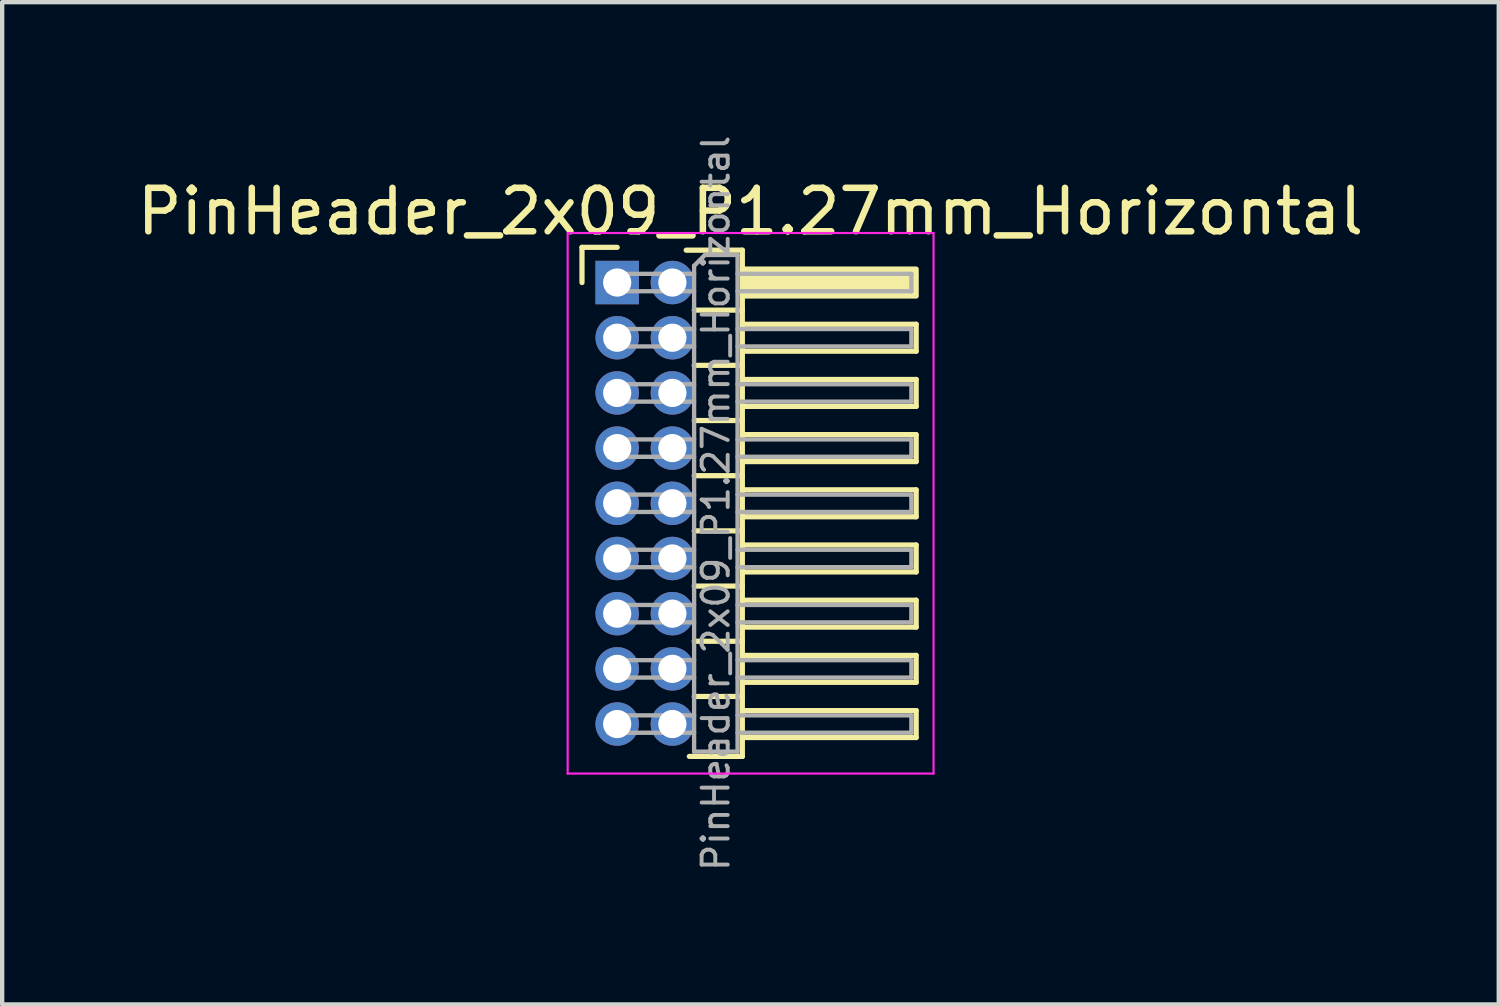
<source format=kicad_pcb>
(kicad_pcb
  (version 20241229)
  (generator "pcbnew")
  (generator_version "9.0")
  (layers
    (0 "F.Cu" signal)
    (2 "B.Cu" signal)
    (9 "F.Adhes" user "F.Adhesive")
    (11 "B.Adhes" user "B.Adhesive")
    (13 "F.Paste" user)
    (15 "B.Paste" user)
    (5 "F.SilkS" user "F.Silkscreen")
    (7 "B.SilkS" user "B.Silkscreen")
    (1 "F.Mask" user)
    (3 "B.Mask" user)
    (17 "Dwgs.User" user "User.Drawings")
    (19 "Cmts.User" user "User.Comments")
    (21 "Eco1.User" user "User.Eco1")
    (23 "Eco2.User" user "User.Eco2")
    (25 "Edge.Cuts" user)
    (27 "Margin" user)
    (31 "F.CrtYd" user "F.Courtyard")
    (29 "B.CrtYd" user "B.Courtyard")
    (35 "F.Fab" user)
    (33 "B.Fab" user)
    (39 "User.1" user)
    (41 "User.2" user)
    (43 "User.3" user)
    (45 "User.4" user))
  (footprint "PinHeader_2x09_P1.27mm_Horizontal"
    (layer "F.Cu")
    (at 11.153 3.452)
    (property "Reference" "PinHeader_2x09_P1.27mm_Horizontal" (at 3.067 -1.635 0) (layer "F.SilkS") (effects (font (size 1 1) (thickness 0.15))))
    (attr through_hole)
    (fp_line (start -0.81 -0.81) (end 0 -0.81) (stroke (width 0.12) (type solid)) (layer "F.SilkS"))
    (fp_line (start -0.81 0) (end -0.81 -0.81) (stroke (width 0.12) (type solid)) (layer "F.SilkS"))
    (fp_line (start 1.588 -0.745) (end 2.88 -0.745) (stroke (width 0.12) (type solid)) (layer "F.SilkS"))
    (fp_line (start 1.773 0.635) (end 2.88 0.635) (stroke (width 0.12) (type solid)) (layer "F.SilkS"))
    (fp_line (start 1.773 1.905) (end 2.88 1.905) (stroke (width 0.12) (type solid)) (layer "F.SilkS"))
    (fp_line (start 1.773 3.175) (end 2.88 3.175) (stroke (width 0.12) (type solid)) (layer "F.SilkS"))
    (fp_line (start 1.773 4.445) (end 2.88 4.445) (stroke (width 0.12) (type solid)) (layer "F.SilkS"))
    (fp_line (start 1.773 5.715) (end 2.88 5.715) (stroke (width 0.12) (type solid)) (layer "F.SilkS"))
    (fp_line (start 1.773 6.985) (end 2.88 6.985) (stroke (width 0.12) (type solid)) (layer "F.SilkS"))
    (fp_line (start 1.773 8.255) (end 2.88 8.255) (stroke (width 0.12) (type solid)) (layer "F.SilkS"))
    (fp_line (start 1.773 9.525) (end 2.88 9.525) (stroke (width 0.12) (type solid)) (layer "F.SilkS"))
    (fp_line (start 2.88 -0.745) (end 2.88 10.905) (stroke (width 0.12) (type solid)) (layer "F.SilkS"))
    (fp_line (start 2.88 0.96) (end 6.88 0.96) (stroke (width 0.12) (type solid)) (layer "F.SilkS"))
    (fp_line (start 2.88 2.23) (end 6.88 2.23) (stroke (width 0.12) (type solid)) (layer "F.SilkS"))
    (fp_line (start 2.88 3.5) (end 6.88 3.5) (stroke (width 0.12) (type solid)) (layer "F.SilkS"))
    (fp_line (start 2.88 4.77) (end 6.88 4.77) (stroke (width 0.12) (type solid)) (layer "F.SilkS"))
    (fp_line (start 2.88 6.04) (end 6.88 6.04) (stroke (width 0.12) (type solid)) (layer "F.SilkS"))
    (fp_line (start 2.88 7.31) (end 6.88 7.31) (stroke (width 0.12) (type solid)) (layer "F.SilkS"))
    (fp_line (start 2.88 8.58) (end 6.88 8.58) (stroke (width 0.12) (type solid)) (layer "F.SilkS"))
    (fp_line (start 2.88 9.85) (end 6.88 9.85) (stroke (width 0.12) (type solid)) (layer "F.SilkS"))
    (fp_line (start 2.88 10.905) (end 1.66 10.905) (stroke (width 0.12) (type solid)) (layer "F.SilkS"))
    (fp_line (start 6.88 0.96) (end 6.88 1.58) (stroke (width 0.12) (type solid)) (layer "F.SilkS"))
    (fp_line (start 6.88 1.58) (end 2.88 1.58) (stroke (width 0.12) (type solid)) (layer "F.SilkS"))
    (fp_line (start 6.88 2.23) (end 6.88 2.85) (stroke (width 0.12) (type solid)) (layer "F.SilkS"))
    (fp_line (start 6.88 2.85) (end 2.88 2.85) (stroke (width 0.12) (type solid)) (layer "F.SilkS"))
    (fp_line (start 6.88 3.5) (end 6.88 4.12) (stroke (width 0.12) (type solid)) (layer "F.SilkS"))
    (fp_line (start 6.88 4.12) (end 2.88 4.12) (stroke (width 0.12) (type solid)) (layer "F.SilkS"))
    (fp_line (start 6.88 4.77) (end 6.88 5.39) (stroke (width 0.12) (type solid)) (layer "F.SilkS"))
    (fp_line (start 6.88 5.39) (end 2.88 5.39) (stroke (width 0.12) (type solid)) (layer "F.SilkS"))
    (fp_line (start 6.88 6.04) (end 6.88 6.66) (stroke (width 0.12) (type solid)) (layer "F.SilkS"))
    (fp_line (start 6.88 6.66) (end 2.88 6.66) (stroke (width 0.12) (type solid)) (layer "F.SilkS"))
    (fp_line (start 6.88 7.31) (end 6.88 7.93) (stroke (width 0.12) (type solid)) (layer "F.SilkS"))
    (fp_line (start 6.88 7.93) (end 2.88 7.93) (stroke (width 0.12) (type solid)) (layer "F.SilkS"))
    (fp_line (start 6.88 8.58) (end 6.88 9.2) (stroke (width 0.12) (type solid)) (layer "F.SilkS"))
    (fp_line (start 6.88 9.2) (end 2.88 9.2) (stroke (width 0.12) (type solid)) (layer "F.SilkS"))
    (fp_line (start 6.88 9.85) (end 6.88 10.47) (stroke (width 0.12) (type solid)) (layer "F.SilkS"))
    (fp_line (start 6.88 10.47) (end 2.88 10.47) (stroke (width 0.12) (type solid)) (layer "F.SilkS"))
    (fp_rect (start 2.88 -0.31) (end 6.88 0.31) (stroke (width 0.12) (type solid)) (fill yes) (layer "F.SilkS"))
    (fp_line (start -1.14 -1.14) (end -1.14 11.3) (stroke (width 0.05) (type solid)) (layer "F.CrtYd"))
    (fp_line (start -1.14 11.3) (end 7.28 11.3) (stroke (width 0.05) (type solid)) (layer "F.CrtYd"))
    (fp_line (start 7.28 -1.14) (end -1.14 -1.14) (stroke (width 0.05) (type solid)) (layer "F.CrtYd"))
    (fp_line (start 7.28 11.3) (end 7.28 -1.14) (stroke (width 0.05) (type solid)) (layer "F.CrtYd"))
    (fp_line (start -0.2 -0.2) (end -0.2 0.2) (stroke (width 0.1) (type solid)) (layer "F.Fab"))
    (fp_line (start -0.2 -0.2) (end 1.77 -0.2) (stroke (width 0.1) (type solid)) (layer "F.Fab"))
    (fp_line (start -0.2 0.2) (end 1.77 0.2) (stroke (width 0.1) (type solid)) (layer "F.Fab"))
    (fp_line (start -0.2 1.07) (end -0.2 1.47) (stroke (width 0.1) (type solid)) (layer "F.Fab"))
    (fp_line (start -0.2 1.07) (end 1.77 1.07) (stroke (width 0.1) (type solid)) (layer "F.Fab"))
    (fp_line (start -0.2 1.47) (end 1.77 1.47) (stroke (width 0.1) (type solid)) (layer "F.Fab"))
    (fp_line (start -0.2 2.34) (end -0.2 2.74) (stroke (width 0.1) (type solid)) (layer "F.Fab"))
    (fp_line (start -0.2 2.34) (end 1.77 2.34) (stroke (width 0.1) (type solid)) (layer "F.Fab"))
    (fp_line (start -0.2 2.74) (end 1.77 2.74) (stroke (width 0.1) (type solid)) (layer "F.Fab"))
    (fp_line (start -0.2 3.61) (end -0.2 4.01) (stroke (width 0.1) (type solid)) (layer "F.Fab"))
    (fp_line (start -0.2 3.61) (end 1.77 3.61) (stroke (width 0.1) (type solid)) (layer "F.Fab"))
    (fp_line (start -0.2 4.01) (end 1.77 4.01) (stroke (width 0.1) (type solid)) (layer "F.Fab"))
    (fp_line (start -0.2 4.88) (end -0.2 5.28) (stroke (width 0.1) (type solid)) (layer "F.Fab"))
    (fp_line (start -0.2 4.88) (end 1.77 4.88) (stroke (width 0.1) (type solid)) (layer "F.Fab"))
    (fp_line (start -0.2 5.28) (end 1.77 5.28) (stroke (width 0.1) (type solid)) (layer "F.Fab"))
    (fp_line (start -0.2 6.15) (end -0.2 6.55) (stroke (width 0.1) (type solid)) (layer "F.Fab"))
    (fp_line (start -0.2 6.15) (end 1.77 6.15) (stroke (width 0.1) (type solid)) (layer "F.Fab"))
    (fp_line (start -0.2 6.55) (end 1.77 6.55) (stroke (width 0.1) (type solid)) (layer "F.Fab"))
    (fp_line (start -0.2 7.42) (end -0.2 7.82) (stroke (width 0.1) (type solid)) (layer "F.Fab"))
    (fp_line (start -0.2 7.42) (end 1.77 7.42) (stroke (width 0.1) (type solid)) (layer "F.Fab"))
    (fp_line (start -0.2 7.82) (end 1.77 7.82) (stroke (width 0.1) (type solid)) (layer "F.Fab"))
    (fp_line (start -0.2 8.69) (end -0.2 9.09) (stroke (width 0.1) (type solid)) (layer "F.Fab"))
    (fp_line (start -0.2 8.69) (end 1.77 8.69) (stroke (width 0.1) (type solid)) (layer "F.Fab"))
    (fp_line (start -0.2 9.09) (end 1.77 9.09) (stroke (width 0.1) (type solid)) (layer "F.Fab"))
    (fp_line (start -0.2 9.96) (end -0.2 10.36) (stroke (width 0.1) (type solid)) (layer "F.Fab"))
    (fp_line (start -0.2 9.96) (end 1.77 9.96) (stroke (width 0.1) (type solid)) (layer "F.Fab"))
    (fp_line (start -0.2 10.36) (end 1.77 10.36) (stroke (width 0.1) (type solid)) (layer "F.Fab"))
    (fp_line (start 1.77 -0.385) (end 2.02 -0.635) (stroke (width 0.1) (type solid)) (layer "F.Fab"))
    (fp_line (start 1.77 10.795) (end 1.77 -0.385) (stroke (width 0.1) (type solid)) (layer "F.Fab"))
    (fp_line (start 2.02 -0.635) (end 2.77 -0.635) (stroke (width 0.1) (type solid)) (layer "F.Fab"))
    (fp_line (start 2.77 -0.635) (end 2.77 10.795) (stroke (width 0.1) (type solid)) (layer "F.Fab"))
    (fp_line (start 2.77 -0.2) (end 6.77 -0.2) (stroke (width 0.1) (type solid)) (layer "F.Fab"))
    (fp_line (start 2.77 0.2) (end 6.77 0.2) (stroke (width 0.1) (type solid)) (layer "F.Fab"))
    (fp_line (start 2.77 1.07) (end 6.77 1.07) (stroke (width 0.1) (type solid)) (layer "F.Fab"))
    (fp_line (start 2.77 1.47) (end 6.77 1.47) (stroke (width 0.1) (type solid)) (layer "F.Fab"))
    (fp_line (start 2.77 2.34) (end 6.77 2.34) (stroke (width 0.1) (type solid)) (layer "F.Fab"))
    (fp_line (start 2.77 2.74) (end 6.77 2.74) (stroke (width 0.1) (type solid)) (layer "F.Fab"))
    (fp_line (start 2.77 3.61) (end 6.77 3.61) (stroke (width 0.1) (type solid)) (layer "F.Fab"))
    (fp_line (start 2.77 4.01) (end 6.77 4.01) (stroke (width 0.1) (type solid)) (layer "F.Fab"))
    (fp_line (start 2.77 4.88) (end 6.77 4.88) (stroke (width 0.1) (type solid)) (layer "F.Fab"))
    (fp_line (start 2.77 5.28) (end 6.77 5.28) (stroke (width 0.1) (type solid)) (layer "F.Fab"))
    (fp_line (start 2.77 6.15) (end 6.77 6.15) (stroke (width 0.1) (type solid)) (layer "F.Fab"))
    (fp_line (start 2.77 6.55) (end 6.77 6.55) (stroke (width 0.1) (type solid)) (layer "F.Fab"))
    (fp_line (start 2.77 7.42) (end 6.77 7.42) (stroke (width 0.1) (type solid)) (layer "F.Fab"))
    (fp_line (start 2.77 7.82) (end 6.77 7.82) (stroke (width 0.1) (type solid)) (layer "F.Fab"))
    (fp_line (start 2.77 8.69) (end 6.77 8.69) (stroke (width 0.1) (type solid)) (layer "F.Fab"))
    (fp_line (start 2.77 9.09) (end 6.77 9.09) (stroke (width 0.1) (type solid)) (layer "F.Fab"))
    (fp_line (start 2.77 9.96) (end 6.77 9.96) (stroke (width 0.1) (type solid)) (layer "F.Fab"))
    (fp_line (start 2.77 10.36) (end 6.77 10.36) (stroke (width 0.1) (type solid)) (layer "F.Fab"))
    (fp_line (start 2.77 10.795) (end 1.77 10.795) (stroke (width 0.1) (type solid)) (layer "F.Fab"))
    (fp_line (start 6.77 -0.2) (end 6.77 0.2) (stroke (width 0.1) (type solid)) (layer "F.Fab"))
    (fp_line (start 6.77 1.07) (end 6.77 1.47) (stroke (width 0.1) (type solid)) (layer "F.Fab"))
    (fp_line (start 6.77 2.34) (end 6.77 2.74) (stroke (width 0.1) (type solid)) (layer "F.Fab"))
    (fp_line (start 6.77 3.61) (end 6.77 4.01) (stroke (width 0.1) (type solid)) (layer "F.Fab"))
    (fp_line (start 6.77 4.88) (end 6.77 5.28) (stroke (width 0.1) (type solid)) (layer "F.Fab"))
    (fp_line (start 6.77 6.15) (end 6.77 6.55) (stroke (width 0.1) (type solid)) (layer "F.Fab"))
    (fp_line (start 6.77 7.42) (end 6.77 7.82) (stroke (width 0.1) (type solid)) (layer "F.Fab"))
    (fp_line (start 6.77 8.69) (end 6.77 9.09) (stroke (width 0.1) (type solid)) (layer "F.Fab"))
    (fp_line (start 6.77 9.96) (end 6.77 10.36) (stroke (width 0.1) (type solid)) (layer "F.Fab"))
    (fp_text user "${REFERENCE}" (at 2.27 5.08 90) (layer "F.Fab") (effects (font (size 0.6 0.6) (thickness 0.09))))
    (pad "1" thru_hole rect (at 0 0) (size 1 1) (drill 0.65) (layers "*.Cu" "*.Mask"))
    (pad "2" thru_hole circle (at 1.27 0) (size 1 1) (drill 0.65) (layers "*.Cu" "*.Mask"))
    (pad "3" thru_hole circle (at 0 1.27) (size 1 1) (drill 0.65) (layers "*.Cu" "*.Mask"))
    (pad "4" thru_hole circle (at 1.27 1.27) (size 1 1) (drill 0.65) (layers "*.Cu" "*.Mask"))
    (pad "5" thru_hole circle (at 0 2.54) (size 1 1) (drill 0.65) (layers "*.Cu" "*.Mask"))
    (pad "6" thru_hole circle (at 1.27 2.54) (size 1 1) (drill 0.65) (layers "*.Cu" "*.Mask"))
    (pad "7" thru_hole circle (at 0 3.81) (size 1 1) (drill 0.65) (layers "*.Cu" "*.Mask"))
    (pad "8" thru_hole circle (at 1.27 3.81) (size 1 1) (drill 0.65) (layers "*.Cu" "*.Mask"))
    (pad "9" thru_hole circle (at 0 5.08) (size 1 1) (drill 0.65) (layers "*.Cu" "*.Mask"))
    (pad "10" thru_hole circle (at 1.27 5.08) (size 1 1) (drill 0.65) (layers "*.Cu" "*.Mask"))
    (pad "11" thru_hole circle (at 0 6.35) (size 1 1) (drill 0.65) (layers "*.Cu" "*.Mask"))
    (pad "12" thru_hole circle (at 1.27 6.35) (size 1 1) (drill 0.65) (layers "*.Cu" "*.Mask"))
    (pad "13" thru_hole circle (at 0 7.62) (size 1 1) (drill 0.65) (layers "*.Cu" "*.Mask"))
    (pad "14" thru_hole circle (at 1.27 7.62) (size 1 1) (drill 0.65) (layers "*.Cu" "*.Mask"))
    (pad "15" thru_hole circle (at 0 8.89) (size 1 1) (drill 0.65) (layers "*.Cu" "*.Mask"))
    (pad "16" thru_hole circle (at 1.27 8.89) (size 1 1) (drill 0.65) (layers "*.Cu" "*.Mask"))
    (pad "17" thru_hole circle (at 0 10.16) (size 1 1) (drill 0.65) (layers "*.Cu" "*.Mask"))
    (pad "18" thru_hole circle (at 1.27 10.16) (size 1 1) (drill 0.65) (layers "*.Cu" "*.Mask")))
  (gr_rect
    (start -3 -3)
    (end 31.44 20.064)
    (stroke (width 0.1) (type default))
    (fill no)
    (layer "Edge.Cuts")))
</source>
